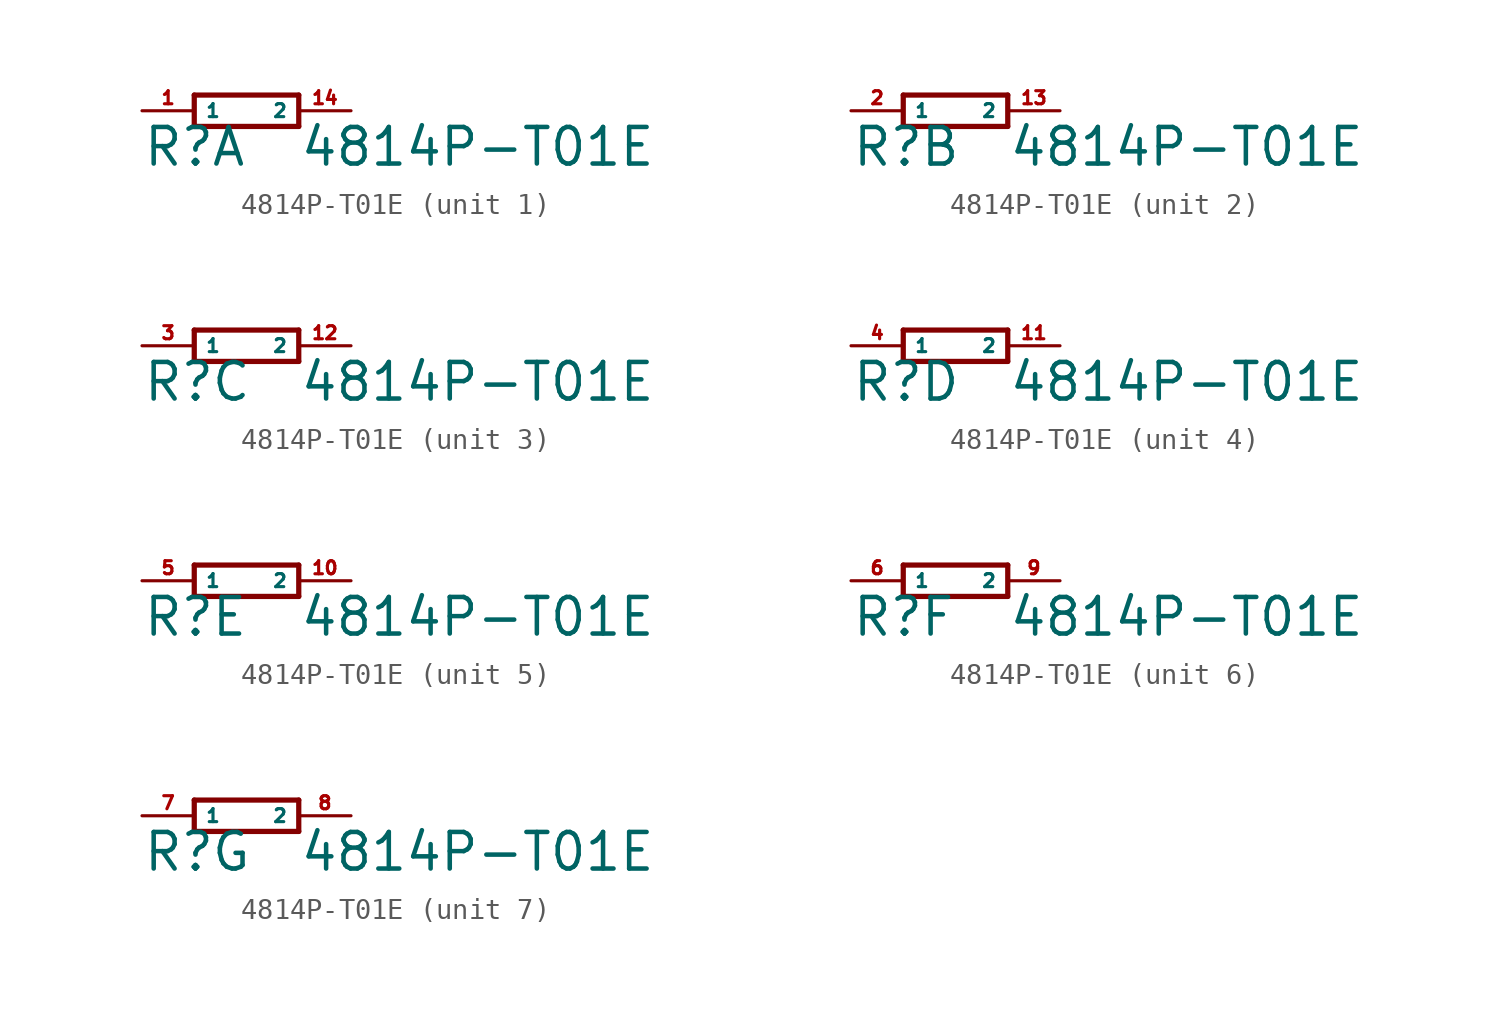
<source format=kicad_sym>
(kicad_symbol_lib
  (version 20220914)
  (generator Eagle2Kicad)
  (symbol "4814P-T01E"
    (property "Reference" "R"
      (at -5.08 -2.794 0)
      (effects (font (size 1.778 1.778) (thickness 0.22)) (justify left bottom)))
    (property "Value" "4814P-T01E"
      (at 2.54 -2.794 0)
      (effects (font (size 1.778 1.778) (thickness 0.22)) (justify left bottom)))
    (symbol "4814P-T01E_1_0"
      (polyline (pts (xy -2.54 -0.762) (xy 2.54 -0.762)) (stroke (width 0.254) (type default)) (fill (type none)))
      (polyline (pts (xy 2.54 0.762) (xy -2.54 0.762)) (stroke (width 0.254) (type default)) (fill (type none)))
      (polyline (pts (xy 2.54 -0.762) (xy 2.54 0.762)) (stroke (width 0.254) (type default)) (fill (type none)))
      (polyline (pts (xy -2.54 0.762) (xy -2.54 -0.762)) (stroke (width 0.254) (type default)) (fill (type none)))
      (pin passive line (at -5.08 0 0) (length 2.54) (name "1" (effects (font (size 0.635 0.635) (thickness 0.08)) (justify left bottom))) (number "1" (effects (font (size 0.635 0.635) (thickness 0.08)) (justify left bottom))))
      (pin passive line (at 5.08 0 180) (length 2.54) (name "2" (effects (font (size 0.635 0.635) (thickness 0.08)) (justify left bottom))) (number "14" (effects (font (size 0.635 0.635) (thickness 0.08)) (justify left bottom)))))
    (symbol "4814P-T01E_2_0"
      (polyline (pts (xy -2.54 -0.762) (xy 2.54 -0.762)) (stroke (width 0.254) (type default)) (fill (type none)))
      (polyline (pts (xy 2.54 0.762) (xy -2.54 0.762)) (stroke (width 0.254) (type default)) (fill (type none)))
      (polyline (pts (xy 2.54 -0.762) (xy 2.54 0.762)) (stroke (width 0.254) (type default)) (fill (type none)))
      (polyline (pts (xy -2.54 0.762) (xy -2.54 -0.762)) (stroke (width 0.254) (type default)) (fill (type none)))
      (pin passive line (at -5.08 0 0) (length 2.54) (name "1" (effects (font (size 0.635 0.635) (thickness 0.08)) (justify left bottom))) (number "2" (effects (font (size 0.635 0.635) (thickness 0.08)) (justify left bottom))))
      (pin passive line (at 5.08 0 180) (length 2.54) (name "2" (effects (font (size 0.635 0.635) (thickness 0.08)) (justify left bottom))) (number "13" (effects (font (size 0.635 0.635) (thickness 0.08)) (justify left bottom)))))
    (symbol "4814P-T01E_3_0"
      (polyline (pts (xy -2.54 -0.762) (xy 2.54 -0.762)) (stroke (width 0.254) (type default)) (fill (type none)))
      (polyline (pts (xy 2.54 0.762) (xy -2.54 0.762)) (stroke (width 0.254) (type default)) (fill (type none)))
      (polyline (pts (xy 2.54 -0.762) (xy 2.54 0.762)) (stroke (width 0.254) (type default)) (fill (type none)))
      (polyline (pts (xy -2.54 0.762) (xy -2.54 -0.762)) (stroke (width 0.254) (type default)) (fill (type none)))
      (pin passive line (at -5.08 0 0) (length 2.54) (name "1" (effects (font (size 0.635 0.635) (thickness 0.08)) (justify left bottom))) (number "3" (effects (font (size 0.635 0.635) (thickness 0.08)) (justify left bottom))))
      (pin passive line (at 5.08 0 180) (length 2.54) (name "2" (effects (font (size 0.635 0.635) (thickness 0.08)) (justify left bottom))) (number "12" (effects (font (size 0.635 0.635) (thickness 0.08)) (justify left bottom)))))
    (symbol "4814P-T01E_4_0"
      (polyline (pts (xy -2.54 -0.762) (xy 2.54 -0.762)) (stroke (width 0.254) (type default)) (fill (type none)))
      (polyline (pts (xy 2.54 0.762) (xy -2.54 0.762)) (stroke (width 0.254) (type default)) (fill (type none)))
      (polyline (pts (xy 2.54 -0.762) (xy 2.54 0.762)) (stroke (width 0.254) (type default)) (fill (type none)))
      (polyline (pts (xy -2.54 0.762) (xy -2.54 -0.762)) (stroke (width 0.254) (type default)) (fill (type none)))
      (pin passive line (at -5.08 0 0) (length 2.54) (name "1" (effects (font (size 0.635 0.635) (thickness 0.08)) (justify left bottom))) (number "4" (effects (font (size 0.635 0.635) (thickness 0.08)) (justify left bottom))))
      (pin passive line (at 5.08 0 180) (length 2.54) (name "2" (effects (font (size 0.635 0.635) (thickness 0.08)) (justify left bottom))) (number "11" (effects (font (size 0.635 0.635) (thickness 0.08)) (justify left bottom)))))
    (symbol "4814P-T01E_5_0"
      (polyline (pts (xy -2.54 -0.762) (xy 2.54 -0.762)) (stroke (width 0.254) (type default)) (fill (type none)))
      (polyline (pts (xy 2.54 0.762) (xy -2.54 0.762)) (stroke (width 0.254) (type default)) (fill (type none)))
      (polyline (pts (xy 2.54 -0.762) (xy 2.54 0.762)) (stroke (width 0.254) (type default)) (fill (type none)))
      (polyline (pts (xy -2.54 0.762) (xy -2.54 -0.762)) (stroke (width 0.254) (type default)) (fill (type none)))
      (pin passive line (at -5.08 0 0) (length 2.54) (name "1" (effects (font (size 0.635 0.635) (thickness 0.08)) (justify left bottom))) (number "5" (effects (font (size 0.635 0.635) (thickness 0.08)) (justify left bottom))))
      (pin passive line (at 5.08 0 180) (length 2.54) (name "2" (effects (font (size 0.635 0.635) (thickness 0.08)) (justify left bottom))) (number "10" (effects (font (size 0.635 0.635) (thickness 0.08)) (justify left bottom)))))
    (symbol "4814P-T01E_6_0"
      (polyline (pts (xy -2.54 -0.762) (xy 2.54 -0.762)) (stroke (width 0.254) (type default)) (fill (type none)))
      (polyline (pts (xy 2.54 0.762) (xy -2.54 0.762)) (stroke (width 0.254) (type default)) (fill (type none)))
      (polyline (pts (xy 2.54 -0.762) (xy 2.54 0.762)) (stroke (width 0.254) (type default)) (fill (type none)))
      (polyline (pts (xy -2.54 0.762) (xy -2.54 -0.762)) (stroke (width 0.254) (type default)) (fill (type none)))
      (pin passive line (at -5.08 0 0) (length 2.54) (name "1" (effects (font (size 0.635 0.635) (thickness 0.08)) (justify left bottom))) (number "6" (effects (font (size 0.635 0.635) (thickness 0.08)) (justify left bottom))))
      (pin passive line (at 5.08 0 180) (length 2.54) (name "2" (effects (font (size 0.635 0.635) (thickness 0.08)) (justify left bottom))) (number "9" (effects (font (size 0.635 0.635) (thickness 0.08)) (justify left bottom)))))
    (symbol "4814P-T01E_7_0"
      (polyline (pts (xy -2.54 -0.762) (xy 2.54 -0.762)) (stroke (width 0.254) (type default)) (fill (type none)))
      (polyline (pts (xy 2.54 0.762) (xy -2.54 0.762)) (stroke (width 0.254) (type default)) (fill (type none)))
      (polyline (pts (xy 2.54 -0.762) (xy 2.54 0.762)) (stroke (width 0.254) (type default)) (fill (type none)))
      (polyline (pts (xy -2.54 0.762) (xy -2.54 -0.762)) (stroke (width 0.254) (type default)) (fill (type none)))
      (pin passive line (at -5.08 0 0) (length 2.54) (name "1" (effects (font (size 0.635 0.635) (thickness 0.08)) (justify left bottom))) (number "7" (effects (font (size 0.635 0.635) (thickness 0.08)) (justify left bottom))))
      (pin passive line (at 5.08 0 180) (length 2.54) (name "2" (effects (font (size 0.635 0.635) (thickness 0.08)) (justify left bottom))) (number "8" (effects (font (size 0.635 0.635) (thickness 0.08)) (justify left bottom)))))))
</source>
